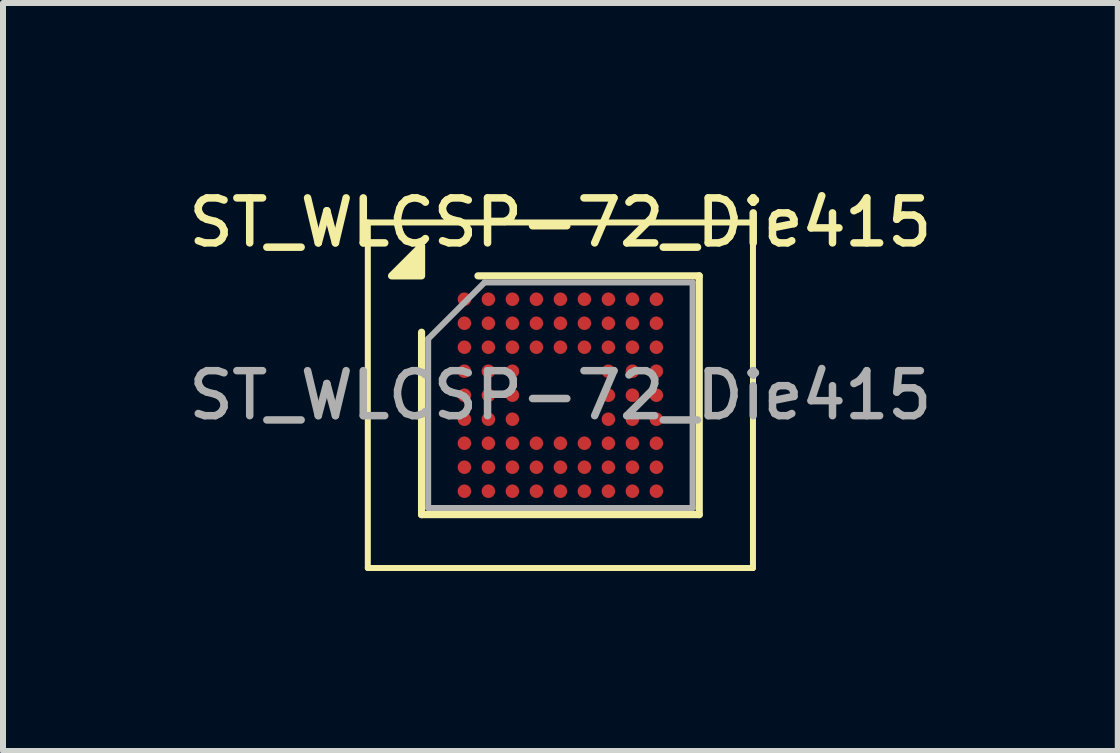
<source format=kicad_pcb>
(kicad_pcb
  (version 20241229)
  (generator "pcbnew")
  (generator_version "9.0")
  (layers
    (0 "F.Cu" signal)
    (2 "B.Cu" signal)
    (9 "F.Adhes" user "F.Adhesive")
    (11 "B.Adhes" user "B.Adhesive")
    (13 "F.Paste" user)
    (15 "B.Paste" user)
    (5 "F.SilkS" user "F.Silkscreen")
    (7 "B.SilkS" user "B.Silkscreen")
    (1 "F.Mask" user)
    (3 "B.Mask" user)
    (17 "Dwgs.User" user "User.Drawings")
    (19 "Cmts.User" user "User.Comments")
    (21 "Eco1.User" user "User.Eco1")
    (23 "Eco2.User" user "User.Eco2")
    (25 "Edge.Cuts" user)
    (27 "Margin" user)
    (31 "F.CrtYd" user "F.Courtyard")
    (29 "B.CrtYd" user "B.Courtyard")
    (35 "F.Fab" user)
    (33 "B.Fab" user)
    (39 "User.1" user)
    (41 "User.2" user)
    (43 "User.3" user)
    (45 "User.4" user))
  (footprint "ST_WLCSP-72_Die415"
    (layer "F.Cu")
    (at 6.291 3.538)
    (property "Reference" "ST_WLCSP-72_Die415" (at 0 -2.88 0) (layer "F.SilkS") (effects (font (size 0.75 0.75) (thickness 0.125))))
    (attr smd)
    (fp_line (start -3.21 -2.88) (end -3.21 2.88) (stroke (width 0.1) (type solid)) (layer "F.SilkS"))
    (fp_line (start -3.21 2.88) (end 3.21 2.88) (stroke (width 0.1) (type solid)) (layer "F.SilkS"))
    (fp_line (start -2.314 1.99) (end -2.314 -1.05) (stroke (width 0.12) (type solid)) (layer "F.SilkS"))
    (fp_line (start -1.374 -1.99) (end 2.314 -1.99) (stroke (width 0.12) (type solid)) (layer "F.SilkS"))
    (fp_line (start 2.314 -1.99) (end 2.314 1.99) (stroke (width 0.12) (type solid)) (layer "F.SilkS"))
    (fp_line (start 2.314 1.99) (end -2.314 1.99) (stroke (width 0.12) (type solid)) (layer "F.SilkS"))
    (fp_line (start 3.21 -2.88) (end -3.21 -2.88) (stroke (width 0.1) (type solid)) (layer "F.SilkS"))
    (fp_line (start 3.21 2.88) (end 3.21 -2.88) (stroke (width 0.1) (type solid)) (layer "F.SilkS"))
    (fp_poly (pts (xy -2.314 -1.99) (xy -2.814 -1.99) (xy -2.314 -2.49) (xy -2.314 -1.99)) (stroke (width 0.12) (type solid)) (fill yes) (layer "F.SilkS"))
    (fp_line (start -2.204 -0.94) (end -1.264 -1.88) (stroke (width 0.1) (type solid)) (layer "F.Fab"))
    (fp_line (start -2.204 1.88) (end -2.204 -0.94) (stroke (width 0.1) (type solid)) (layer "F.Fab"))
    (fp_line (start -1.264 -1.88) (end 2.204 -1.88) (stroke (width 0.1) (type solid)) (layer "F.Fab"))
    (fp_line (start 2.204 -1.88) (end 2.204 1.88) (stroke (width 0.1) (type solid)) (layer "F.Fab"))
    (fp_line (start 2.204 1.88) (end -2.204 1.88) (stroke (width 0.1) (type solid)) (layer "F.Fab"))
    (fp_text user "${REFERENCE}" (at 0 0 0) (layer "F.Fab") (effects (font (size 0.75 0.75) (thickness 0.125))))
    (pad "A1" smd circle (at -1.6 -1.6) (size 0.225 0.225) (property pad_prop_bga) (layers "F.Cu" "F.Mask" "F.Paste"))
    (pad "A2" smd circle (at -1.2 -1.6) (size 0.225 0.225) (property pad_prop_bga) (layers "F.Cu" "F.Mask" "F.Paste"))
    (pad "A3" smd circle (at -0.8 -1.6) (size 0.225 0.225) (property pad_prop_bga) (layers "F.Cu" "F.Mask" "F.Paste"))
    (pad "A4" smd circle (at -0.4 -1.6) (size 0.225 0.225) (property pad_prop_bga) (layers "F.Cu" "F.Mask" "F.Paste"))
    (pad "A5" smd circle (at 0 -1.6) (size 0.225 0.225) (property pad_prop_bga) (layers "F.Cu" "F.Mask" "F.Paste"))
    (pad "A6" smd circle (at 0.4 -1.6) (size 0.225 0.225) (property pad_prop_bga) (layers "F.Cu" "F.Mask" "F.Paste"))
    (pad "A7" smd circle (at 0.8 -1.6) (size 0.225 0.225) (property pad_prop_bga) (layers "F.Cu" "F.Mask" "F.Paste"))
    (pad "A8" smd circle (at 1.2 -1.6) (size 0.225 0.225) (property pad_prop_bga) (layers "F.Cu" "F.Mask" "F.Paste"))
    (pad "A9" smd circle (at 1.6 -1.6) (size 0.225 0.225) (property pad_prop_bga) (layers "F.Cu" "F.Mask" "F.Paste"))
    (pad "B1" smd circle (at -1.6 -1.2) (size 0.225 0.225) (property pad_prop_bga) (layers "F.Cu" "F.Mask" "F.Paste"))
    (pad "B2" smd circle (at -1.2 -1.2) (size 0.225 0.225) (property pad_prop_bga) (layers "F.Cu" "F.Mask" "F.Paste"))
    (pad "B3" smd circle (at -0.8 -1.2) (size 0.225 0.225) (property pad_prop_bga) (layers "F.Cu" "F.Mask" "F.Paste"))
    (pad "B4" smd circle (at -0.4 -1.2) (size 0.225 0.225) (property pad_prop_bga) (layers "F.Cu" "F.Mask" "F.Paste"))
    (pad "B5" smd circle (at 0 -1.2) (size 0.225 0.225) (property pad_prop_bga) (layers "F.Cu" "F.Mask" "F.Paste"))
    (pad "B6" smd circle (at 0.4 -1.2) (size 0.225 0.225) (property pad_prop_bga) (layers "F.Cu" "F.Mask" "F.Paste"))
    (pad "B7" smd circle (at 0.8 -1.2) (size 0.225 0.225) (property pad_prop_bga) (layers "F.Cu" "F.Mask" "F.Paste"))
    (pad "B8" smd circle (at 1.2 -1.2) (size 0.225 0.225) (property pad_prop_bga) (layers "F.Cu" "F.Mask" "F.Paste"))
    (pad "B9" smd circle (at 1.6 -1.2) (size 0.225 0.225) (property pad_prop_bga) (layers "F.Cu" "F.Mask" "F.Paste"))
    (pad "C1" smd circle (at -1.6 -0.8) (size 0.225 0.225) (property pad_prop_bga) (layers "F.Cu" "F.Mask" "F.Paste"))
    (pad "C2" smd circle (at -1.2 -0.8) (size 0.225 0.225) (property pad_prop_bga) (layers "F.Cu" "F.Mask" "F.Paste"))
    (pad "C3" smd circle (at -0.8 -0.8) (size 0.225 0.225) (property pad_prop_bga) (layers "F.Cu" "F.Mask" "F.Paste"))
    (pad "C4" smd circle (at -0.4 -0.8) (size 0.225 0.225) (property pad_prop_bga) (layers "F.Cu" "F.Mask" "F.Paste"))
    (pad "C5" smd circle (at 0 -0.8) (size 0.225 0.225) (property pad_prop_bga) (layers "F.Cu" "F.Mask" "F.Paste"))
    (pad "C6" smd circle (at 0.4 -0.8) (size 0.225 0.225) (property pad_prop_bga) (layers "F.Cu" "F.Mask" "F.Paste"))
    (pad "C7" smd circle (at 0.8 -0.8) (size 0.225 0.225) (property pad_prop_bga) (layers "F.Cu" "F.Mask" "F.Paste"))
    (pad "C8" smd circle (at 1.2 -0.8) (size 0.225 0.225) (property pad_prop_bga) (layers "F.Cu" "F.Mask" "F.Paste"))
    (pad "C9" smd circle (at 1.6 -0.8) (size 0.225 0.225) (property pad_prop_bga) (layers "F.Cu" "F.Mask" "F.Paste"))
    (pad "D1" smd circle (at -1.6 -0.4) (size 0.225 0.225) (property pad_prop_bga) (layers "F.Cu" "F.Mask" "F.Paste"))
    (pad "D2" smd circle (at -1.2 -0.4) (size 0.225 0.225) (property pad_prop_bga) (layers "F.Cu" "F.Mask" "F.Paste"))
    (pad "D3" smd circle (at -0.8 -0.4) (size 0.225 0.225) (property pad_prop_bga) (layers "F.Cu" "F.Mask" "F.Paste"))
    (pad "D7" smd circle (at 0.8 -0.4) (size 0.225 0.225) (property pad_prop_bga) (layers "F.Cu" "F.Mask" "F.Paste"))
    (pad "D8" smd circle (at 1.2 -0.4) (size 0.225 0.225) (property pad_prop_bga) (layers "F.Cu" "F.Mask" "F.Paste"))
    (pad "D9" smd circle (at 1.6 -0.4) (size 0.225 0.225) (property pad_prop_bga) (layers "F.Cu" "F.Mask" "F.Paste"))
    (pad "E1" smd circle (at -1.6 0) (size 0.225 0.225) (property pad_prop_bga) (layers "F.Cu" "F.Mask" "F.Paste"))
    (pad "E2" smd circle (at -1.2 0) (size 0.225 0.225) (property pad_prop_bga) (layers "F.Cu" "F.Mask" "F.Paste"))
    (pad "E3" smd circle (at -0.8 0) (size 0.225 0.225) (property pad_prop_bga) (layers "F.Cu" "F.Mask" "F.Paste"))
    (pad "E7" smd circle (at 0.8 0) (size 0.225 0.225) (property pad_prop_bga) (layers "F.Cu" "F.Mask" "F.Paste"))
    (pad "E8" smd circle (at 1.2 0) (size 0.225 0.225) (property pad_prop_bga) (layers "F.Cu" "F.Mask" "F.Paste"))
    (pad "E9" smd circle (at 1.6 0) (size 0.225 0.225) (property pad_prop_bga) (layers "F.Cu" "F.Mask" "F.Paste"))
    (pad "F1" smd circle (at -1.6 0.4) (size 0.225 0.225) (property pad_prop_bga) (layers "F.Cu" "F.Mask" "F.Paste"))
    (pad "F2" smd circle (at -1.2 0.4) (size 0.225 0.225) (property pad_prop_bga) (layers "F.Cu" "F.Mask" "F.Paste"))
    (pad "F3" smd circle (at -0.8 0.4) (size 0.225 0.225) (property pad_prop_bga) (layers "F.Cu" "F.Mask" "F.Paste"))
    (pad "F7" smd circle (at 0.8 0.4) (size 0.225 0.225) (property pad_prop_bga) (layers "F.Cu" "F.Mask" "F.Paste"))
    (pad "F8" smd circle (at 1.2 0.4) (size 0.225 0.225) (property pad_prop_bga) (layers "F.Cu" "F.Mask" "F.Paste"))
    (pad "F9" smd circle (at 1.6 0.4) (size 0.225 0.225) (property pad_prop_bga) (layers "F.Cu" "F.Mask" "F.Paste"))
    (pad "G1" smd circle (at -1.6 0.8) (size 0.225 0.225) (property pad_prop_bga) (layers "F.Cu" "F.Mask" "F.Paste"))
    (pad "G2" smd circle (at -1.2 0.8) (size 0.225 0.225) (property pad_prop_bga) (layers "F.Cu" "F.Mask" "F.Paste"))
    (pad "G3" smd circle (at -0.8 0.8) (size 0.225 0.225) (property pad_prop_bga) (layers "F.Cu" "F.Mask" "F.Paste"))
    (pad "G4" smd circle (at -0.4 0.8) (size 0.225 0.225) (property pad_prop_bga) (layers "F.Cu" "F.Mask" "F.Paste"))
    (pad "G5" smd circle (at 0 0.8) (size 0.225 0.225) (property pad_prop_bga) (layers "F.Cu" "F.Mask" "F.Paste"))
    (pad "G6" smd circle (at 0.4 0.8) (size 0.225 0.225) (property pad_prop_bga) (layers "F.Cu" "F.Mask" "F.Paste"))
    (pad "G7" smd circle (at 0.8 0.8) (size 0.225 0.225) (property pad_prop_bga) (layers "F.Cu" "F.Mask" "F.Paste"))
    (pad "G8" smd circle (at 1.2 0.8) (size 0.225 0.225) (property pad_prop_bga) (layers "F.Cu" "F.Mask" "F.Paste"))
    (pad "G9" smd circle (at 1.6 0.8) (size 0.225 0.225) (property pad_prop_bga) (layers "F.Cu" "F.Mask" "F.Paste"))
    (pad "H1" smd circle (at -1.6 1.2) (size 0.225 0.225) (property pad_prop_bga) (layers "F.Cu" "F.Mask" "F.Paste"))
    (pad "H2" smd circle (at -1.2 1.2) (size 0.225 0.225) (property pad_prop_bga) (layers "F.Cu" "F.Mask" "F.Paste"))
    (pad "H3" smd circle (at -0.8 1.2) (size 0.225 0.225) (property pad_prop_bga) (layers "F.Cu" "F.Mask" "F.Paste"))
    (pad "H4" smd circle (at -0.4 1.2) (size 0.225 0.225) (property pad_prop_bga) (layers "F.Cu" "F.Mask" "F.Paste"))
    (pad "H5" smd circle (at 0 1.2) (size 0.225 0.225) (property pad_prop_bga) (layers "F.Cu" "F.Mask" "F.Paste"))
    (pad "H6" smd circle (at 0.4 1.2) (size 0.225 0.225) (property pad_prop_bga) (layers "F.Cu" "F.Mask" "F.Paste"))
    (pad "H7" smd circle (at 0.8 1.2) (size 0.225 0.225) (property pad_prop_bga) (layers "F.Cu" "F.Mask" "F.Paste"))
    (pad "H8" smd circle (at 1.2 1.2) (size 0.225 0.225) (property pad_prop_bga) (layers "F.Cu" "F.Mask" "F.Paste"))
    (pad "H9" smd circle (at 1.6 1.2) (size 0.225 0.225) (property pad_prop_bga) (layers "F.Cu" "F.Mask" "F.Paste"))
    (pad "J1" smd circle (at -1.6 1.6) (size 0.225 0.225) (property pad_prop_bga) (layers "F.Cu" "F.Mask" "F.Paste"))
    (pad "J2" smd circle (at -1.2 1.6) (size 0.225 0.225) (property pad_prop_bga) (layers "F.Cu" "F.Mask" "F.Paste"))
    (pad "J3" smd circle (at -0.8 1.6) (size 0.225 0.225) (property pad_prop_bga) (layers "F.Cu" "F.Mask" "F.Paste"))
    (pad "J4" smd circle (at -0.4 1.6) (size 0.225 0.225) (property pad_prop_bga) (layers "F.Cu" "F.Mask" "F.Paste"))
    (pad "J5" smd circle (at 0 1.6) (size 0.225 0.225) (property pad_prop_bga) (layers "F.Cu" "F.Mask" "F.Paste"))
    (pad "J6" smd circle (at 0.4 1.6) (size 0.225 0.225) (property pad_prop_bga) (layers "F.Cu" "F.Mask" "F.Paste"))
    (pad "J7" smd circle (at 0.8 1.6) (size 0.225 0.225) (property pad_prop_bga) (layers "F.Cu" "F.Mask" "F.Paste"))
    (pad "J8" smd circle (at 1.2 1.6) (size 0.225 0.225) (property pad_prop_bga) (layers "F.Cu" "F.Mask" "F.Paste"))
    (pad "J9" smd circle (at 1.6 1.6) (size 0.225 0.225) (property pad_prop_bga) (layers "F.Cu" "F.Mask" "F.Paste")))
  (gr_rect
    (start -3 -3)
    (end 15.582 9.468)
    (stroke (width 0.1) (type default))
    (fill no)
    (layer "Edge.Cuts")))
</source>
